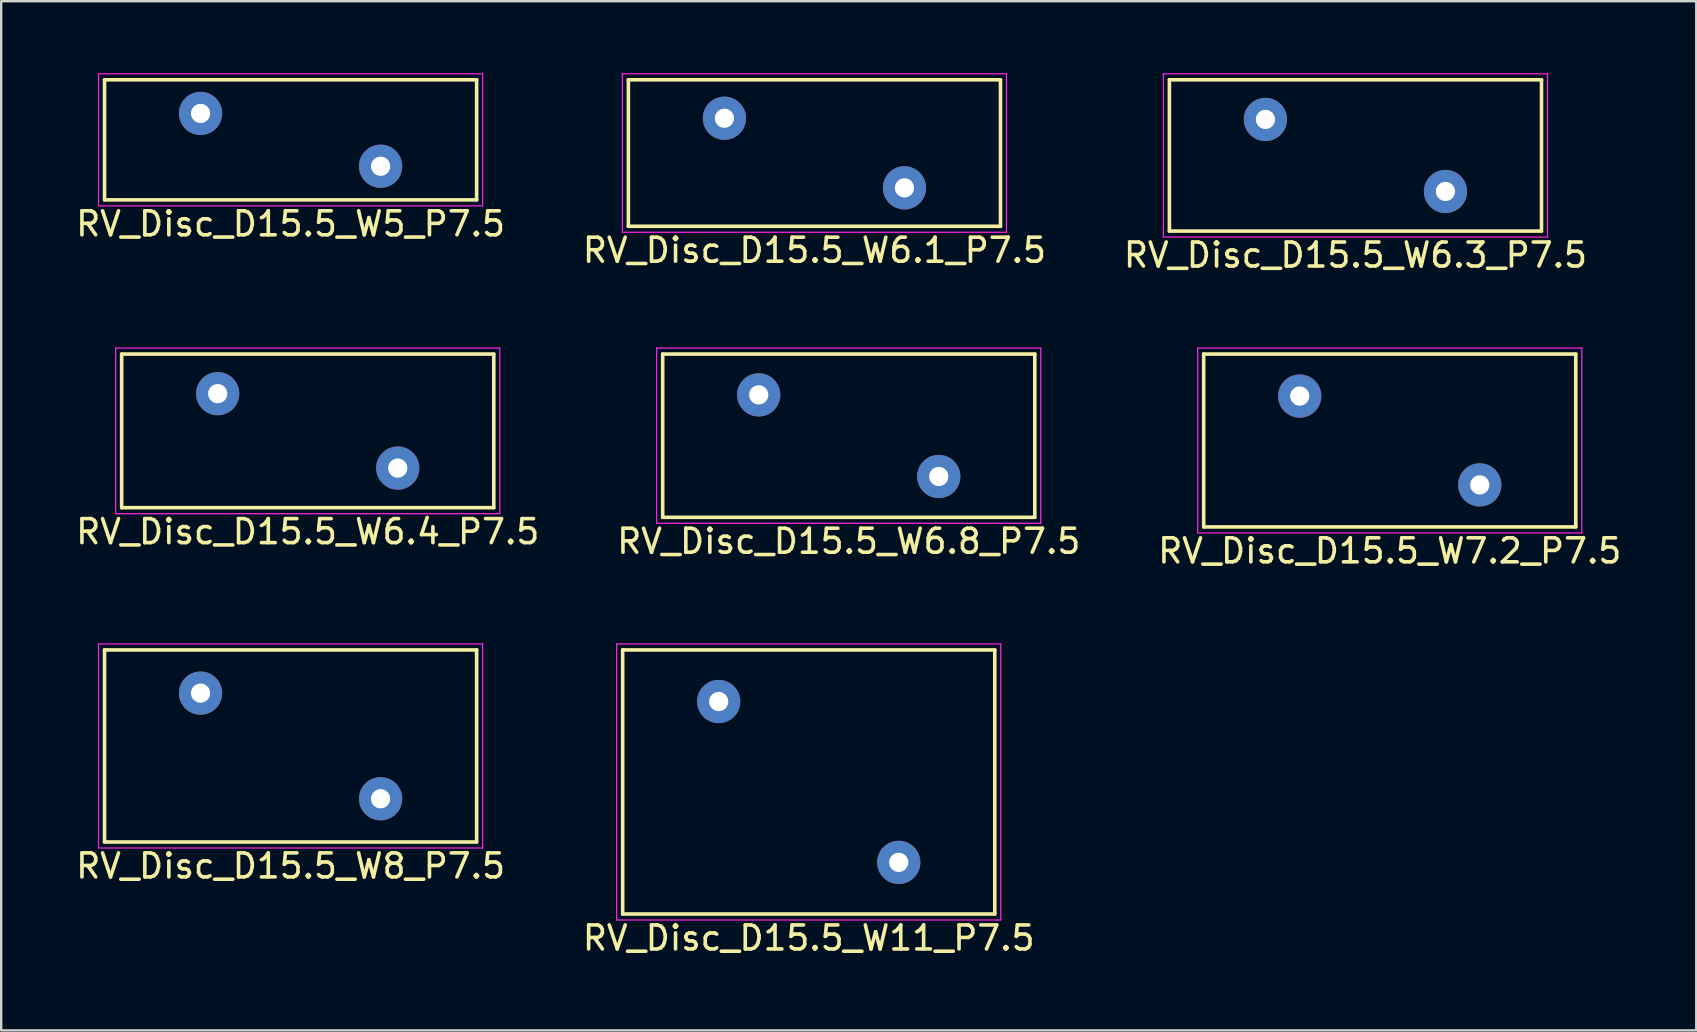
<source format=kicad_pcb>
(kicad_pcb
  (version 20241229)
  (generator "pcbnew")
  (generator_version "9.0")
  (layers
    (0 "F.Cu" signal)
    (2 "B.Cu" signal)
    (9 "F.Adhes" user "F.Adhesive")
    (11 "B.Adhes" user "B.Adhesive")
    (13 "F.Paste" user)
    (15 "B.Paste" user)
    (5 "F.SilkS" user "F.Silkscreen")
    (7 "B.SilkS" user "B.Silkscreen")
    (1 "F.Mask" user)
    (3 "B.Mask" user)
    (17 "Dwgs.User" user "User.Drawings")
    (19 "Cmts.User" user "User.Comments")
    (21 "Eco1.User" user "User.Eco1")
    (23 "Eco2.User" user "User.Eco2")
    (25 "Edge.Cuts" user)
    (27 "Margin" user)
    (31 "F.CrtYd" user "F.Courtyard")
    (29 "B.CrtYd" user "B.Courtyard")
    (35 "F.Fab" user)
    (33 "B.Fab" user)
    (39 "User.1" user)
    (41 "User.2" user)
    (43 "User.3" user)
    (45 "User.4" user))
  (footprint "RV_Disc_D15.5_W11_P7.5"
    (layer "F.Cu")
    (at 26.887 26.172)
    (property "Reference" "RV_Disc_D15.5_W11_P7.5" (at 3.75 9.85 0) (layer "F.SilkS") (effects (font (size 1 1) (thickness 0.15))))
    (attr through_hole)
    (fp_line (start -4 -2.15) (end -4 8.85) (stroke (width 0.15) (type solid)) (layer "F.SilkS"))
    (fp_line (start -4 -2.15) (end 11.5 -2.15) (stroke (width 0.15) (type solid)) (layer "F.SilkS"))
    (fp_line (start -4 8.85) (end 11.5 8.85) (stroke (width 0.15) (type solid)) (layer "F.SilkS"))
    (fp_line (start 11.5 -2.15) (end 11.5 8.85) (stroke (width 0.15) (type solid)) (layer "F.SilkS"))
    (fp_line (start -4.25 -2.4) (end -4.25 9.1) (stroke (width 0.05) (type solid)) (layer "F.CrtYd"))
    (fp_line (start -4.25 -2.4) (end 11.75 -2.4) (stroke (width 0.05) (type solid)) (layer "F.CrtYd"))
    (fp_line (start -4.25 9.1) (end 11.75 9.1) (stroke (width 0.05) (type solid)) (layer "F.CrtYd"))
    (fp_line (start 11.75 -2.4) (end 11.75 9.1) (stroke (width 0.05) (type solid)) (layer "F.CrtYd"))
    (pad "1" thru_hole circle (at 0 0) (size 1.8 1.8) (drill 0.8) (layers "*.Cu" "*.Mask"))
    (pad "2" thru_hole circle (at 7.5 6.7) (size 1.8 1.8) (drill 0.8) (layers "*.Cu" "*.Mask")))
  (footprint "RV_Disc_D15.5_W7.2_P7.5"
    (layer "F.Cu")
    (at 51.089 13.448)
    (property "Reference" "RV_Disc_D15.5_W7.2_P7.5" (at 3.75 6.45 0) (layer "F.SilkS") (effects (font (size 1 1) (thickness 0.15))))
    (attr through_hole)
    (fp_line (start -4 -1.75) (end -4 5.45) (stroke (width 0.15) (type solid)) (layer "F.SilkS"))
    (fp_line (start -4 -1.75) (end 11.5 -1.75) (stroke (width 0.15) (type solid)) (layer "F.SilkS"))
    (fp_line (start -4 5.45) (end 11.5 5.45) (stroke (width 0.15) (type solid)) (layer "F.SilkS"))
    (fp_line (start 11.5 -1.75) (end 11.5 5.45) (stroke (width 0.15) (type solid)) (layer "F.SilkS"))
    (fp_line (start -4.25 -2) (end -4.25 5.7) (stroke (width 0.05) (type solid)) (layer "F.CrtYd"))
    (fp_line (start -4.25 -2) (end 11.75 -2) (stroke (width 0.05) (type solid)) (layer "F.CrtYd"))
    (fp_line (start -4.25 5.7) (end 11.75 5.7) (stroke (width 0.05) (type solid)) (layer "F.CrtYd"))
    (fp_line (start 11.75 -2) (end 11.75 5.7) (stroke (width 0.05) (type solid)) (layer "F.CrtYd"))
    (pad "1" thru_hole circle (at 0 0) (size 1.8 1.8) (drill 0.8) (layers "*.Cu" "*.Mask"))
    (pad "2" thru_hole circle (at 7.5 3.7) (size 1.8 1.8) (drill 0.8) (layers "*.Cu" "*.Mask")))
  (footprint "RV_Disc_D15.5_W5_P7.5"
    (layer "F.Cu")
    (at 5.304 1.675)
    (property "Reference" "RV_Disc_D15.5_W5_P7.5" (at 3.75 4.6 0) (layer "F.SilkS") (effects (font (size 1 1) (thickness 0.15))))
    (attr through_hole)
    (fp_line (start -4 -1.4) (end -4 3.6) (stroke (width 0.15) (type solid)) (layer "F.SilkS"))
    (fp_line (start -4 -1.4) (end 11.5 -1.4) (stroke (width 0.15) (type solid)) (layer "F.SilkS"))
    (fp_line (start -4 3.6) (end 11.5 3.6) (stroke (width 0.15) (type solid)) (layer "F.SilkS"))
    (fp_line (start 11.5 -1.4) (end 11.5 3.6) (stroke (width 0.15) (type solid)) (layer "F.SilkS"))
    (fp_line (start -4.25 -1.65) (end -4.25 3.85) (stroke (width 0.05) (type solid)) (layer "F.CrtYd"))
    (fp_line (start -4.25 -1.65) (end 11.75 -1.65) (stroke (width 0.05) (type solid)) (layer "F.CrtYd"))
    (fp_line (start -4.25 3.85) (end 11.75 3.85) (stroke (width 0.05) (type solid)) (layer "F.CrtYd"))
    (fp_line (start 11.75 -1.65) (end 11.75 3.85) (stroke (width 0.05) (type solid)) (layer "F.CrtYd"))
    (pad "1" thru_hole circle (at 0 0) (size 1.8 1.8) (drill 0.8) (layers "*.Cu" "*.Mask"))
    (pad "2" thru_hole circle (at 7.5 2.2) (size 1.8 1.8) (drill 0.8) (layers "*.Cu" "*.Mask")))
  (footprint "RV_Disc_D15.5_W6.3_P7.5"
    (layer "F.Cu")
    (at 49.661 1.925)
    (property "Reference" "RV_Disc_D15.5_W6.3_P7.5" (at 3.75 5.65 0) (layer "F.SilkS") (effects (font (size 1 1) (thickness 0.15))))
    (attr through_hole)
    (fp_line (start -4 -1.65) (end -4 4.65) (stroke (width 0.15) (type solid)) (layer "F.SilkS"))
    (fp_line (start -4 -1.65) (end 11.5 -1.65) (stroke (width 0.15) (type solid)) (layer "F.SilkS"))
    (fp_line (start -4 4.65) (end 11.5 4.65) (stroke (width 0.15) (type solid)) (layer "F.SilkS"))
    (fp_line (start 11.5 -1.65) (end 11.5 4.65) (stroke (width 0.15) (type solid)) (layer "F.SilkS"))
    (fp_line (start -4.25 -1.9) (end -4.25 4.9) (stroke (width 0.05) (type solid)) (layer "F.CrtYd"))
    (fp_line (start -4.25 -1.9) (end 11.75 -1.9) (stroke (width 0.05) (type solid)) (layer "F.CrtYd"))
    (fp_line (start -4.25 4.9) (end 11.75 4.9) (stroke (width 0.05) (type solid)) (layer "F.CrtYd"))
    (fp_line (start 11.75 -1.9) (end 11.75 4.9) (stroke (width 0.05) (type solid)) (layer "F.CrtYd"))
    (pad "1" thru_hole circle (at 0 0) (size 1.8 1.8) (drill 0.8) (layers "*.Cu" "*.Mask"))
    (pad "2" thru_hole circle (at 7.5 3) (size 1.8 1.8) (drill 0.8) (layers "*.Cu" "*.Mask")))
  (footprint "RV_Disc_D15.5_W6.1_P7.5"
    (layer "F.Cu")
    (at 27.125 1.875)
    (property "Reference" "RV_Disc_D15.5_W6.1_P7.5" (at 3.75 5.5 0) (layer "F.SilkS") (effects (font (size 1 1) (thickness 0.15))))
    (attr through_hole)
    (fp_line (start -4 -1.6) (end -4 4.5) (stroke (width 0.15) (type solid)) (layer "F.SilkS"))
    (fp_line (start -4 -1.6) (end 11.5 -1.6) (stroke (width 0.15) (type solid)) (layer "F.SilkS"))
    (fp_line (start -4 4.5) (end 11.5 4.5) (stroke (width 0.15) (type solid)) (layer "F.SilkS"))
    (fp_line (start 11.5 -1.6) (end 11.5 4.5) (stroke (width 0.15) (type solid)) (layer "F.SilkS"))
    (fp_line (start -4.25 -1.85) (end -4.25 4.75) (stroke (width 0.05) (type solid)) (layer "F.CrtYd"))
    (fp_line (start -4.25 -1.85) (end 11.75 -1.85) (stroke (width 0.05) (type solid)) (layer "F.CrtYd"))
    (fp_line (start -4.25 4.75) (end 11.75 4.75) (stroke (width 0.05) (type solid)) (layer "F.CrtYd"))
    (fp_line (start 11.75 -1.85) (end 11.75 4.75) (stroke (width 0.05) (type solid)) (layer "F.CrtYd"))
    (pad "1" thru_hole circle (at 0 0) (size 1.8 1.8) (drill 0.8) (layers "*.Cu" "*.Mask"))
    (pad "2" thru_hole circle (at 7.5 2.9) (size 1.8 1.8) (drill 0.8) (layers "*.Cu" "*.Mask")))
  (footprint "RV_Disc_D15.5_W6.4_P7.5"
    (layer "F.Cu")
    (at 6.018 13.348)
    (property "Reference" "RV_Disc_D15.5_W6.4_P7.5" (at 3.75 5.75 0) (layer "F.SilkS") (effects (font (size 1 1) (thickness 0.15))))
    (attr through_hole)
    (fp_line (start -4 -1.65) (end -4 4.75) (stroke (width 0.15) (type solid)) (layer "F.SilkS"))
    (fp_line (start -4 -1.65) (end 11.5 -1.65) (stroke (width 0.15) (type solid)) (layer "F.SilkS"))
    (fp_line (start -4 4.75) (end 11.5 4.75) (stroke (width 0.15) (type solid)) (layer "F.SilkS"))
    (fp_line (start 11.5 -1.65) (end 11.5 4.75) (stroke (width 0.15) (type solid)) (layer "F.SilkS"))
    (fp_line (start -4.25 -1.9) (end -4.25 5) (stroke (width 0.05) (type solid)) (layer "F.CrtYd"))
    (fp_line (start -4.25 -1.9) (end 11.75 -1.9) (stroke (width 0.05) (type solid)) (layer "F.CrtYd"))
    (fp_line (start -4.25 5) (end 11.75 5) (stroke (width 0.05) (type solid)) (layer "F.CrtYd"))
    (fp_line (start 11.75 -1.9) (end 11.75 5) (stroke (width 0.05) (type solid)) (layer "F.CrtYd"))
    (pad "1" thru_hole circle (at 0 0) (size 1.8 1.8) (drill 0.8) (layers "*.Cu" "*.Mask"))
    (pad "2" thru_hole circle (at 7.5 3.1) (size 1.8 1.8) (drill 0.8) (layers "*.Cu" "*.Mask")))
  (footprint "RV_Disc_D15.5_W6.8_P7.5"
    (layer "F.Cu")
    (at 28.554 13.398)
    (property "Reference" "RV_Disc_D15.5_W6.8_P7.5" (at 3.75 6.1 0) (layer "F.SilkS") (effects (font (size 1 1) (thickness 0.15))))
    (attr through_hole)
    (fp_line (start -4 -1.7) (end -4 5.1) (stroke (width 0.15) (type solid)) (layer "F.SilkS"))
    (fp_line (start -4 -1.7) (end 11.5 -1.7) (stroke (width 0.15) (type solid)) (layer "F.SilkS"))
    (fp_line (start -4 5.1) (end 11.5 5.1) (stroke (width 0.15) (type solid)) (layer "F.SilkS"))
    (fp_line (start 11.5 -1.7) (end 11.5 5.1) (stroke (width 0.15) (type solid)) (layer "F.SilkS"))
    (fp_line (start -4.25 -1.95) (end -4.25 5.35) (stroke (width 0.05) (type solid)) (layer "F.CrtYd"))
    (fp_line (start -4.25 -1.95) (end 11.75 -1.95) (stroke (width 0.05) (type solid)) (layer "F.CrtYd"))
    (fp_line (start -4.25 5.35) (end 11.75 5.35) (stroke (width 0.05) (type solid)) (layer "F.CrtYd"))
    (fp_line (start 11.75 -1.95) (end 11.75 5.35) (stroke (width 0.05) (type solid)) (layer "F.CrtYd"))
    (pad "1" thru_hole circle (at 0 0) (size 1.8 1.8) (drill 0.8) (layers "*.Cu" "*.Mask"))
    (pad "2" thru_hole circle (at 7.5 3.4) (size 1.8 1.8) (drill 0.8) (layers "*.Cu" "*.Mask")))
  (footprint "RV_Disc_D15.5_W8_P7.5"
    (layer "F.Cu")
    (at 5.304 25.822)
    (property "Reference" "RV_Disc_D15.5_W8_P7.5" (at 3.75 7.2 0) (layer "F.SilkS") (effects (font (size 1 1) (thickness 0.15))))
    (attr through_hole)
    (fp_line (start -4 -1.8) (end -4 6.2) (stroke (width 0.15) (type solid)) (layer "F.SilkS"))
    (fp_line (start -4 -1.8) (end 11.5 -1.8) (stroke (width 0.15) (type solid)) (layer "F.SilkS"))
    (fp_line (start -4 6.2) (end 11.5 6.2) (stroke (width 0.15) (type solid)) (layer "F.SilkS"))
    (fp_line (start 11.5 -1.8) (end 11.5 6.2) (stroke (width 0.15) (type solid)) (layer "F.SilkS"))
    (fp_line (start -4.25 -2.05) (end -4.25 6.45) (stroke (width 0.05) (type solid)) (layer "F.CrtYd"))
    (fp_line (start -4.25 -2.05) (end 11.75 -2.05) (stroke (width 0.05) (type solid)) (layer "F.CrtYd"))
    (fp_line (start -4.25 6.45) (end 11.75 6.45) (stroke (width 0.05) (type solid)) (layer "F.CrtYd"))
    (fp_line (start 11.75 -2.05) (end 11.75 6.45) (stroke (width 0.05) (type solid)) (layer "F.CrtYd"))
    (pad "1" thru_hole circle (at 0 0) (size 1.8 1.8) (drill 0.8) (layers "*.Cu" "*.Mask"))
    (pad "2" thru_hole circle (at 7.5 4.4) (size 1.8 1.8) (drill 0.8) (layers "*.Cu" "*.Mask")))
  (gr_rect
    (start -3 -3)
    (end 67.607 39.87)
    (stroke (width 0.1) (type default))
    (fill no)
    (layer "Edge.Cuts")))
</source>
